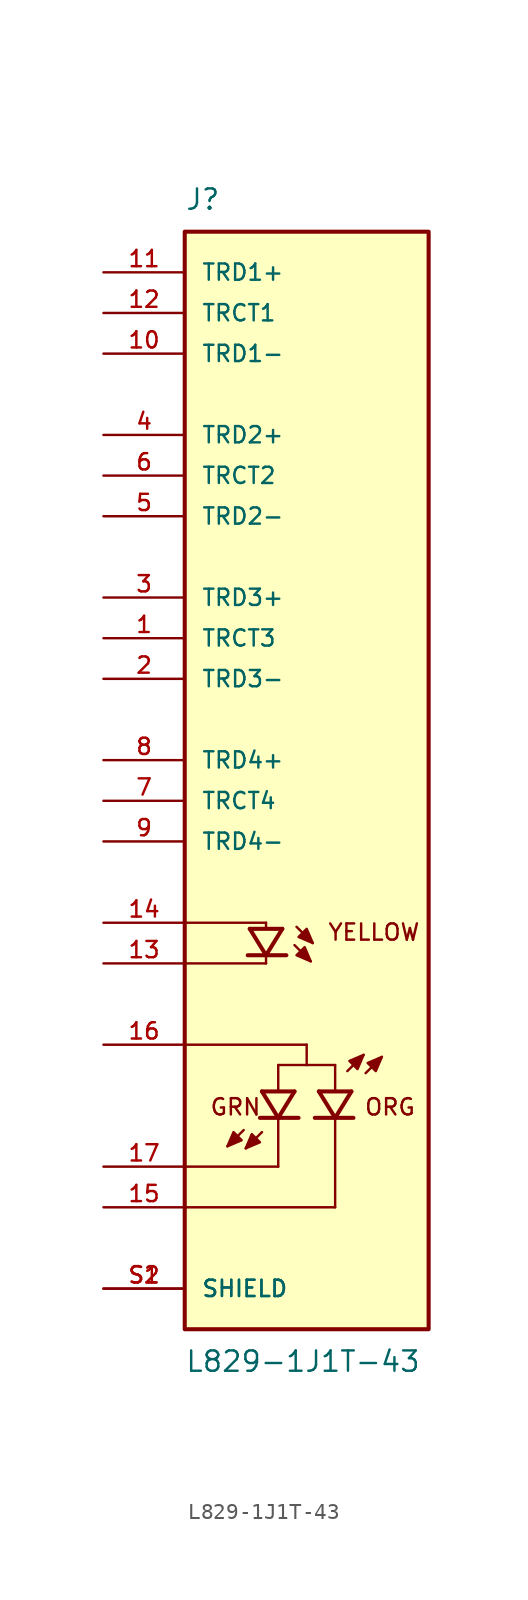
<source format=kicad_sym>
(kicad_symbol_lib
  (version 20211014)
  (generator kicad_symbol_editor)
  (symbol "L829-1J1T-43"
    (pin_names
      (offset 1.016))
    (property "Reference" "J"
      (at -7.62 34.29 0)
      (effects (font (size 1.27 1.27)) (justify bottom left)))
    (property "Value" "L829-1J1T-43"
      (at -7.62 -36.83 0)
      (effects (font (size 1.27 1.27)) (justify top left)))
    (symbol "L829-1J1T-43_0_0"
      (polyline (pts (xy -3.556 -10.541) (xy -2.54 -12.192)) (stroke (width 0.254)))
      (polyline (pts (xy -2.54 -12.192) (xy -1.524 -10.541)) (stroke (width 0.254)))
      (polyline (pts (xy -3.683 -12.192) (xy -2.54 -12.192)) (stroke (width 0.254)))
      (polyline (pts (xy -2.54 -12.192) (xy -1.27 -12.192)) (stroke (width 0.254)))
      (polyline (pts (xy -3.556 -10.541) (xy -1.524 -10.541)) (stroke (width 0.254)))
      (polyline (pts (xy -0.635 -10.414) (xy 0.381 -11.43)) (stroke (width 0.152)))
      (polyline (pts (xy -0.762 -11.557) (xy 0.254 -12.573)) (stroke (width 0.152)))
      (polyline (pts (xy -2.54 -10.16) (xy -2.54 -10.414)) (stroke (width 0.152)))
      (polyline (pts (xy -2.54 -12.319) (xy -2.54 -12.7)) (stroke (width 0.152)))
      (polyline (pts (xy -7.62 -10.16) (xy -2.54 -10.16)) (stroke (width 0.152)))
      (polyline (pts (xy -2.54 -12.7) (xy -7.62 -12.7)) (stroke (width 0.152)))
      (polyline (pts (xy 0.381 -11.43) (xy 0.0 -10.541) (xy -0.508 -11.049) (xy 0.381 -11.43)) (stroke (width 0.152)) (fill (type outline)))
      (polyline (pts (xy 0.254 -12.573) (xy -0.127 -11.684) (xy -0.635 -12.192) (xy 0.254 -12.573)) (stroke (width 0.152)) (fill (type outline)))
      (text "YELLOW" (at 1.27 -10.16 0) (effects (font (size 1.016 1.016)) (justify top left)))
      (polyline (pts (xy -2.794 -20.701) (xy -1.778 -22.352)) (stroke (width 0.254)))
      (polyline (pts (xy -1.778 -22.352) (xy -0.762 -20.701)) (stroke (width 0.254)))
      (polyline (pts (xy -2.921 -22.352) (xy -1.778 -22.352)) (stroke (width 0.254)))
      (polyline (pts (xy -1.778 -22.352) (xy -0.508 -22.352)) (stroke (width 0.254)))
      (polyline (pts (xy -2.794 -20.701) (xy -0.762 -20.701)) (stroke (width 0.254)))
      (polyline (pts (xy -1.778 -19.05) (xy -1.778 -20.574)) (stroke (width 0.152)))
      (polyline (pts (xy -1.778 -22.479) (xy -1.778 -25.4)) (stroke (width 0.152)))
      (polyline (pts (xy -2.794 -23.241) (xy -3.81 -24.257)) (stroke (width 0.152)))
      (polyline (pts (xy -3.937 -23.114) (xy -4.953 -24.13)) (stroke (width 0.152)))
      (polyline (pts (xy -3.81 -24.257) (xy -2.921 -23.876) (xy -3.429 -23.368) (xy -3.81 -24.257)) (stroke (width 0.152)) (fill (type outline)))
      (polyline (pts (xy -4.953 -24.13) (xy -4.064 -23.749) (xy -4.572 -23.241) (xy -4.953 -24.13)) (stroke (width 0.152)) (fill (type outline)))
      (text "ORG" (at 3.556 -21.082 0) (effects (font (size 1.016 1.016)) (justify top left)))
      (text "GRN" (at -6.096 -21.082 0) (effects (font (size 1.016 1.016)) (justify top left)))
      (polyline (pts (xy 2.794 -20.701) (xy 1.778 -22.352)) (stroke (width 0.254)))
      (polyline (pts (xy 1.778 -22.352) (xy 0.762 -20.701)) (stroke (width 0.254)))
      (polyline (pts (xy 2.921 -22.352) (xy 1.778 -22.352)) (stroke (width 0.254)))
      (polyline (pts (xy 1.778 -22.352) (xy 0.508 -22.352)) (stroke (width 0.254)))
      (polyline (pts (xy 2.794 -20.701) (xy 0.762 -20.701)) (stroke (width 0.254)))
      (polyline (pts (xy 1.778 -19.05) (xy 1.778 -20.574)) (stroke (width 0.152)))
      (polyline (pts (xy -1.778 -19.05) (xy 0.0 -19.05)) (stroke (width 0.152)))
      (polyline (pts (xy 0.0 -19.05) (xy 0.0 -17.78)) (stroke (width 0.152)))
      (polyline (pts (xy 0.0 -17.78) (xy -7.62 -17.78)) (stroke (width 0.152)))
      (polyline (pts (xy -1.778 -25.4) (xy -7.62 -25.4)) (stroke (width 0.152)))
      (polyline (pts (xy 0.0 -19.05) (xy 1.778 -19.05)) (stroke (width 0.152)))
      (polyline (pts (xy 1.778 -22.479) (xy 1.778 -27.94)) (stroke (width 0.152)))
      (polyline (pts (xy 1.778 -27.94) (xy -7.62 -27.94)) (stroke (width 0.152)))
      (polyline (pts (xy 2.54 -19.431) (xy 3.556 -18.415)) (stroke (width 0.152)))
      (polyline (pts (xy 3.683 -19.558) (xy 4.699 -18.542)) (stroke (width 0.152)))
      (polyline (pts (xy 3.556 -18.415) (xy 2.667 -18.796) (xy 3.175 -19.304) (xy 3.556 -18.415)) (stroke (width 0.152)) (fill (type outline)))
      (polyline (pts (xy 4.699 -18.542) (xy 3.81 -18.923) (xy 4.318 -19.431) (xy 4.699 -18.542)) (stroke (width 0.152)) (fill (type outline)))
      (rectangle (start -7.62 -35.56) (end 7.62 33.02) (stroke (width 0.254)) (fill (type background)))
      (pin passive line (at -12.7 -12.7 0) (length 5.08) (name "~" (effects (font (size 1.016 1.016)))) (number "13" (effects (font (size 1.016 1.016)))))
      (pin passive line (at -12.7 -10.16 0) (length 5.08) (name "~" (effects (font (size 1.016 1.016)))) (number "14" (effects (font (size 1.016 1.016)))))
      (pin passive line (at -12.7 -33.02 0) (length 5.08) (name "SHIELD" (effects (font (size 1.016 1.016)))) (number "S1" (effects (font (size 1.016 1.016)))))
      (pin passive line (at -12.7 -33.02 0) (length 5.08) (name "SHIELD" (effects (font (size 1.016 1.016)))) (number "S2" (effects (font (size 1.016 1.016)))))
      (pin passive line (at -12.7 -25.4 0) (length 5.08) (name "~" (effects (font (size 1.016 1.016)))) (number "17" (effects (font (size 1.016 1.016)))))
      (pin passive line (at -12.7 -17.78 0) (length 5.08) (name "~" (effects (font (size 1.016 1.016)))) (number "16" (effects (font (size 1.016 1.016)))))
      (pin passive line (at -12.7 -27.94 0) (length 5.08) (name "~" (effects (font (size 1.016 1.016)))) (number "15" (effects (font (size 1.016 1.016)))))
      (pin passive line (at -12.7 25.4 0) (length 5.08) (name "TRD1-" (effects (font (size 1.016 1.016)))) (number "10" (effects (font (size 1.016 1.016)))))
      (pin passive line (at -12.7 30.48 0) (length 5.08) (name "TRD1+" (effects (font (size 1.016 1.016)))) (number "11" (effects (font (size 1.016 1.016)))))
      (pin passive line (at -12.7 15.24 0) (length 5.08) (name "TRD2-" (effects (font (size 1.016 1.016)))) (number "5" (effects (font (size 1.016 1.016)))))
      (pin passive line (at -12.7 20.32 0) (length 5.08) (name "TRD2+" (effects (font (size 1.016 1.016)))) (number "4" (effects (font (size 1.016 1.016)))))
      (pin passive line (at -12.7 5.08 0) (length 5.08) (name "TRD3-" (effects (font (size 1.016 1.016)))) (number "2" (effects (font (size 1.016 1.016)))))
      (pin passive line (at -12.7 10.16 0) (length 5.08) (name "TRD3+" (effects (font (size 1.016 1.016)))) (number "3" (effects (font (size 1.016 1.016)))))
      (pin passive line (at -12.7 -5.08 0) (length 5.08) (name "TRD4-" (effects (font (size 1.016 1.016)))) (number "9" (effects (font (size 1.016 1.016)))))
      (pin passive line (at -12.7 0.0 0) (length 5.08) (name "TRD4+" (effects (font (size 1.016 1.016)))) (number "8" (effects (font (size 1.016 1.016)))))
      (pin passive line (at -12.7 27.94 0) (length 5.08) (name "TRCT1" (effects (font (size 1.016 1.016)))) (number "12" (effects (font (size 1.016 1.016)))))
      (pin passive line (at -12.7 17.78 0) (length 5.08) (name "TRCT2" (effects (font (size 1.016 1.016)))) (number "6" (effects (font (size 1.016 1.016)))))
      (pin passive line (at -12.7 7.62 0) (length 5.08) (name "TRCT3" (effects (font (size 1.016 1.016)))) (number "1" (effects (font (size 1.016 1.016)))))
      (pin passive line (at -12.7 -2.54 0) (length 5.08) (name "TRCT4" (effects (font (size 1.016 1.016)))) (number "7" (effects (font (size 1.016 1.016))))))))
</source>
